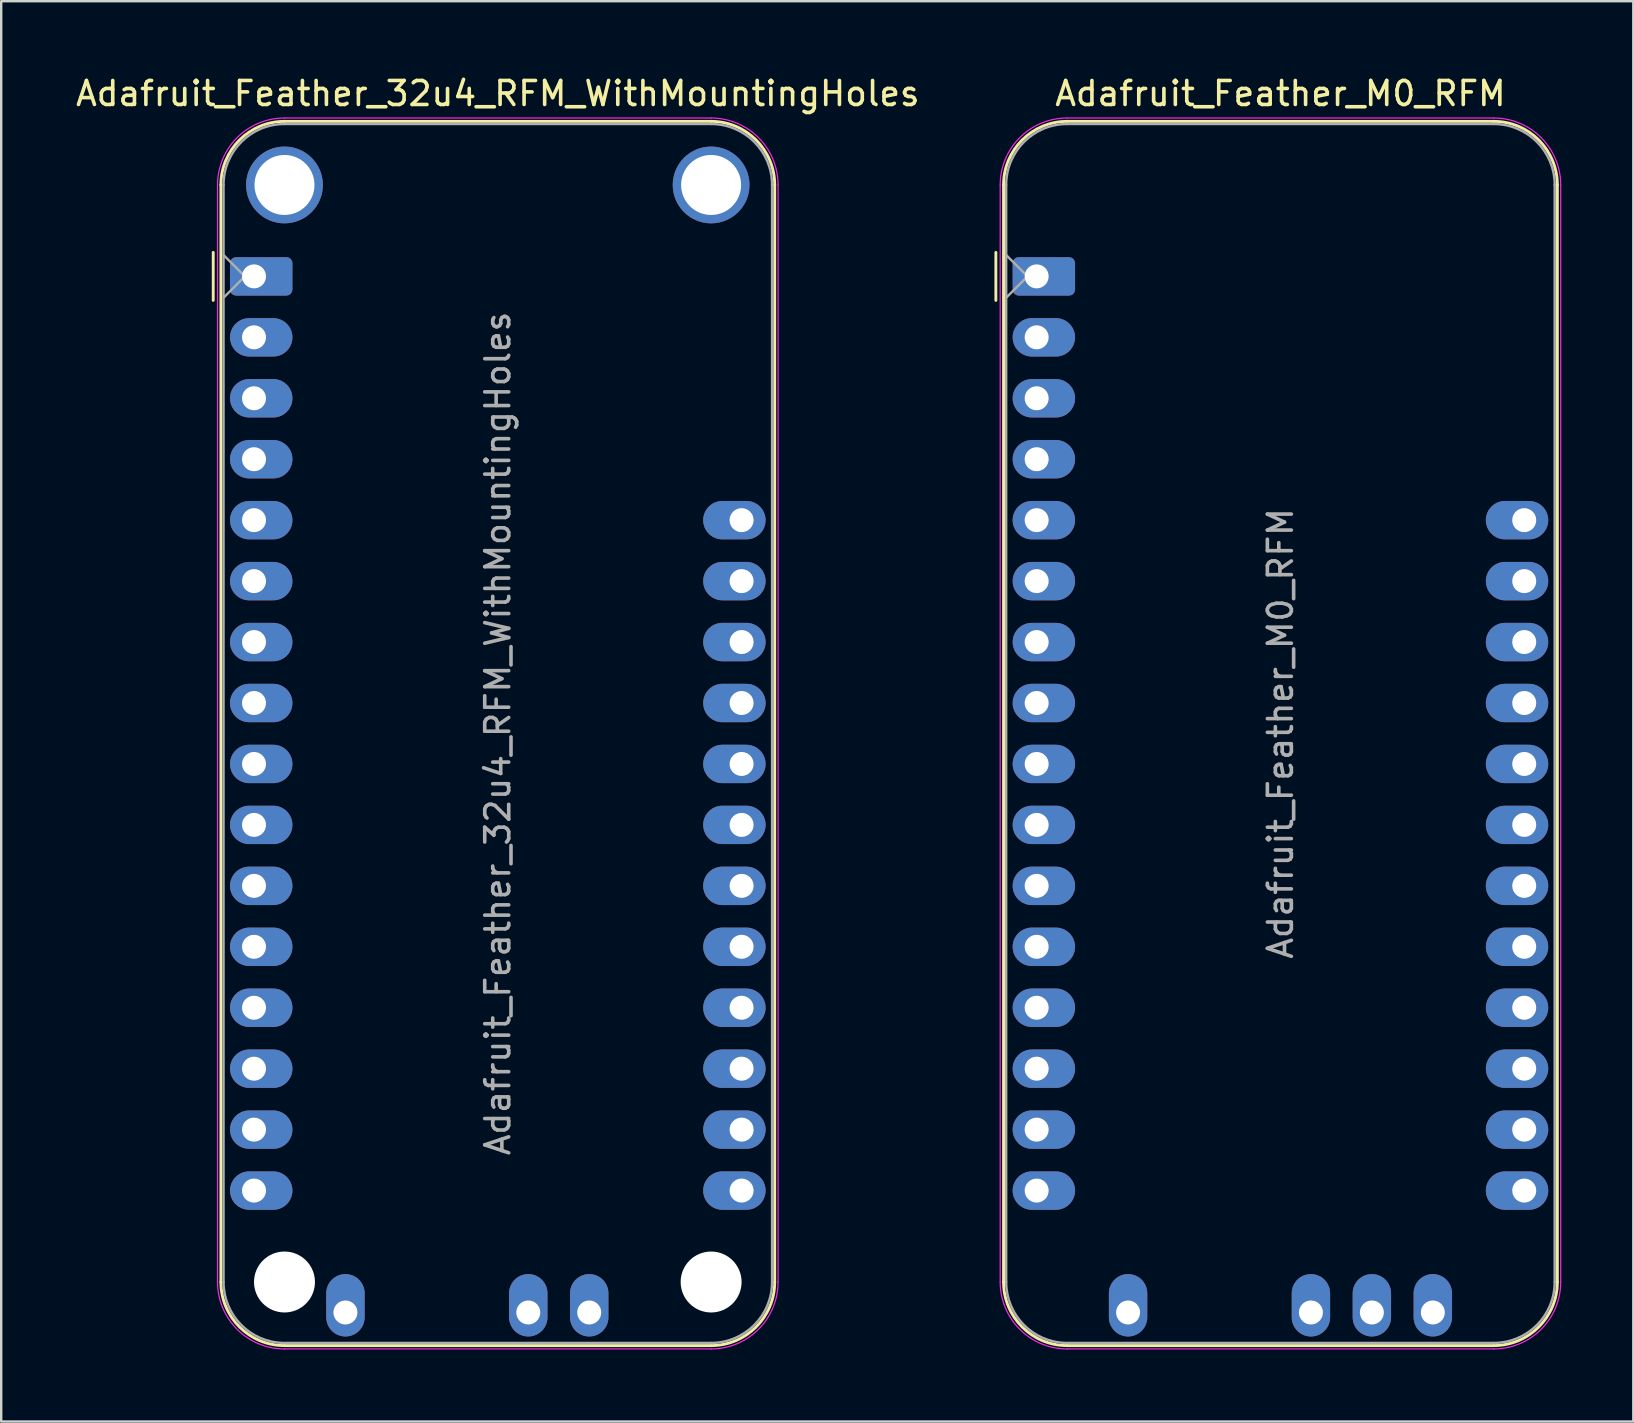
<source format=kicad_pcb>
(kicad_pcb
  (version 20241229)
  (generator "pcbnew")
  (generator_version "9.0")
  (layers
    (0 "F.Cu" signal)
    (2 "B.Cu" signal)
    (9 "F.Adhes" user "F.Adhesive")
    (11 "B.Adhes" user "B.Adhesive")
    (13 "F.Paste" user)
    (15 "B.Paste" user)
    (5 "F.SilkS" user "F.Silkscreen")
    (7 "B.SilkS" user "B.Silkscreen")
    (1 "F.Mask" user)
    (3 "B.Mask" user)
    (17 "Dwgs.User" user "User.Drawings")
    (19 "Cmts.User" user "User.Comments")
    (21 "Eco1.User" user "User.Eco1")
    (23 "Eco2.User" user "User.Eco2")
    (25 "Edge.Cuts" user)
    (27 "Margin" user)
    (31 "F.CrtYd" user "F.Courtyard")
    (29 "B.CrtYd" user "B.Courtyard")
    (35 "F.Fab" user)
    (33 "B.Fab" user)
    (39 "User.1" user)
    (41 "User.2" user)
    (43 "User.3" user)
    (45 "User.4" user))
  (footprint "Adafruit_Feather_M0_RFM"
    (layer "F.Cu")
    (at 40.153 8.468)
    (property "Reference" "Adafruit_Feather_M0_RFM" (at 10.16 -7.62 0) (layer "F.SilkS") (effects (font (size 1 1) (thickness 0.15))))
    (attr through_hole)
    (fp_line (start -1.7 1) (end -1.7 -1) (stroke (width 0.12) (type solid)) (layer "F.SilkS"))
    (fp_line (start -1.38 -3.81) (end -1.38 41.91) (stroke (width 0.12) (type solid)) (layer "F.SilkS"))
    (fp_line (start 19.05 -6.46) (end 1.27 -6.46) (stroke (width 0.12) (type solid)) (layer "F.SilkS"))
    (fp_line (start 19.05 44.56) (end 1.27 44.56) (stroke (width 0.12) (type solid)) (layer "F.SilkS"))
    (fp_line (start 21.7 -3.81) (end 21.7 41.91) (stroke (width 0.12) (type solid)) (layer "F.SilkS"))
    (fp_arc (start -1.38 -3.81) (mid -0.603833 -5.683833) (end 1.27 -6.46) (stroke (width 0.12) (type solid)) (layer "F.SilkS"))
    (fp_arc (start 1.27 44.56) (mid -0.603833 43.783833) (end -1.38 41.91) (stroke (width 0.12) (type solid)) (layer "F.SilkS"))
    (fp_arc (start 19.05 -6.46) (mid 20.923833 -5.683833) (end 21.7 -3.81) (stroke (width 0.12) (type solid)) (layer "F.SilkS"))
    (fp_arc (start 21.7 41.91) (mid 20.923833 43.783833) (end 19.05 44.56) (stroke (width 0.12) (type solid)) (layer "F.SilkS"))
    (fp_line (start -1.52 41.91) (end -1.52 -3.81) (stroke (width 0.05) (type solid)) (layer "F.CrtYd"))
    (fp_line (start 19.05 -6.6) (end 1.27 -6.6) (stroke (width 0.05) (type solid)) (layer "F.CrtYd"))
    (fp_line (start 19.05 44.7) (end 1.27 44.7) (stroke (width 0.05) (type solid)) (layer "F.CrtYd"))
    (fp_line (start 21.84 41.91) (end 21.84 -3.81) (stroke (width 0.05) (type solid)) (layer "F.CrtYd"))
    (fp_arc (start -1.52 -3.81) (mid -0.702828 -5.782828) (end 1.27 -6.6) (stroke (width 0.05) (type solid)) (layer "F.CrtYd"))
    (fp_arc (start 1.27 44.7) (mid -0.702828 43.882828) (end -1.52 41.91) (stroke (width 0.05) (type solid)) (layer "F.CrtYd"))
    (fp_arc (start 19.05 -6.6) (mid 21.022828 -5.782828) (end 21.84 -3.81) (stroke (width 0.05) (type solid)) (layer "F.CrtYd"))
    (fp_arc (start 21.84 41.91) (mid 21.022828 43.882828) (end 19.05 44.7) (stroke (width 0.05) (type solid)) (layer "F.CrtYd"))
    (fp_line (start -1.27 -3.81) (end -1.27 41.91) (stroke (width 0.1) (type solid)) (layer "F.Fab"))
    (fp_line (start -1.27 -0.889) (end -0.381 0) (stroke (width 0.1) (type solid)) (layer "F.Fab"))
    (fp_line (start -0.381 0) (end -1.27 0.889) (stroke (width 0.1) (type solid)) (layer "F.Fab"))
    (fp_line (start 1.27 44.45) (end 19.05 44.45) (stroke (width 0.1) (type solid)) (layer "F.Fab"))
    (fp_line (start 19.05 -6.35) (end 1.27 -6.35) (stroke (width 0.1) (type solid)) (layer "F.Fab"))
    (fp_line (start 21.59 41.91) (end 21.59 -3.81) (stroke (width 0.1) (type solid)) (layer "F.Fab"))
    (fp_arc (start -1.27 -3.81) (mid -0.526051 -5.606051) (end 1.27 -6.35) (stroke (width 0.1) (type solid)) (layer "F.Fab"))
    (fp_arc (start 1.221238 44.449532) (mid -0.543209 43.688728) (end -1.27 41.91) (stroke (width 0.1) (type solid)) (layer "F.Fab"))
    (fp_arc (start 19.05 -6.35) (mid 20.846051 -5.606051) (end 21.59 -3.81) (stroke (width 0.1) (type solid)) (layer "F.Fab"))
    (fp_arc (start 21.59 41.91) (mid 20.846051 43.706051) (end 19.05 44.45) (stroke (width 0.1) (type solid)) (layer "F.Fab"))
    (fp_text user "${REFERENCE}" (at 10.16 19.05 270) (layer "F.Fab") (effects (font (size 1 1) (thickness 0.15))))
    (pad "1" thru_hole roundrect (at 0 0) (size 2.6 1.6) (drill 1 (offset 0.3 0)) (layers "*.Cu" "*.Mask") (roundrect_rratio 0.156))
    (pad "2" thru_hole oval (at 0 2.54) (size 2.6 1.6) (drill 1 (offset 0.3 0)) (layers "*.Cu" "*.Mask"))
    (pad "3" thru_hole oval (at 0 5.08) (size 2.6 1.6) (drill 1 (offset 0.3 0)) (layers "*.Cu" "*.Mask"))
    (pad "4" thru_hole oval (at 0 7.62) (size 2.6 1.6) (drill 1 (offset 0.3 0)) (layers "*.Cu" "*.Mask"))
    (pad "5" thru_hole oval (at 0 10.16) (size 2.6 1.6) (drill 1 (offset 0.3 0)) (layers "*.Cu" "*.Mask"))
    (pad "6" thru_hole oval (at 0 12.7) (size 2.6 1.6) (drill 1 (offset 0.3 0)) (layers "*.Cu" "*.Mask"))
    (pad "7" thru_hole oval (at 0 15.24) (size 2.6 1.6) (drill 1 (offset 0.3 0)) (layers "*.Cu" "*.Mask"))
    (pad "8" thru_hole oval (at 0 17.78) (size 2.6 1.6) (drill 1 (offset 0.3 0)) (layers "*.Cu" "*.Mask"))
    (pad "9" thru_hole oval (at 0 20.32) (size 2.6 1.6) (drill 1 (offset 0.3 0)) (layers "*.Cu" "*.Mask"))
    (pad "10" thru_hole oval (at 0 22.86) (size 2.6 1.6) (drill 1 (offset 0.3 0)) (layers "*.Cu" "*.Mask"))
    (pad "11" thru_hole oval (at 0 25.4) (size 2.6 1.6) (drill 1 (offset 0.3 0)) (layers "*.Cu" "*.Mask"))
    (pad "12" thru_hole oval (at 0 27.94) (size 2.6 1.6) (drill 1 (offset 0.3 0)) (layers "*.Cu" "*.Mask"))
    (pad "13" thru_hole oval (at 0 30.48) (size 2.6 1.6) (drill 1 (offset 0.3 0)) (layers "*.Cu" "*.Mask"))
    (pad "14" thru_hole oval (at 0 33.02) (size 2.6 1.6) (drill 1 (offset 0.3 0)) (layers "*.Cu" "*.Mask"))
    (pad "15" thru_hole oval (at 0 35.56) (size 2.6 1.6) (drill 1 (offset 0.3 0)) (layers "*.Cu" "*.Mask"))
    (pad "16" thru_hole oval (at 0 38.1) (size 2.6 1.6) (drill 1 (offset 0.3 0)) (layers "*.Cu" "*.Mask"))
    (pad "17" thru_hole oval (at 20.32 38.1 180) (size 2.6 1.6) (drill 1 (offset 0.3 0)) (layers "*.Cu" "*.Mask"))
    (pad "18" thru_hole oval (at 20.32 35.56 180) (size 2.6 1.6) (drill 1 (offset 0.3 0)) (layers "*.Cu" "*.Mask"))
    (pad "19" thru_hole oval (at 20.32 33.02 180) (size 2.6 1.6) (drill 1 (offset 0.3 0)) (layers "*.Cu" "*.Mask"))
    (pad "20" thru_hole oval (at 20.32 30.48 180) (size 2.6 1.6) (drill 1 (offset 0.3 0)) (layers "*.Cu" "*.Mask"))
    (pad "21" thru_hole oval (at 20.32 27.94 180) (size 2.6 1.6) (drill 1 (offset 0.3 0)) (layers "*.Cu" "*.Mask"))
    (pad "22" thru_hole oval (at 20.32 25.4 180) (size 2.6 1.6) (drill 1 (offset 0.3 0)) (layers "*.Cu" "*.Mask"))
    (pad "23" thru_hole oval (at 20.32 22.86 180) (size 2.6 1.6) (drill 1 (offset 0.3 0)) (layers "*.Cu" "*.Mask"))
    (pad "24" thru_hole oval (at 20.32 20.32 180) (size 2.6 1.6) (drill 1 (offset 0.3 0)) (layers "*.Cu" "*.Mask"))
    (pad "25" thru_hole oval (at 20.32 17.78 180) (size 2.6 1.6) (drill 1 (offset 0.3 0)) (layers "*.Cu" "*.Mask"))
    (pad "26" thru_hole oval (at 20.32 15.24 180) (size 2.6 1.6) (drill 1 (offset 0.3 0)) (layers "*.Cu" "*.Mask"))
    (pad "27" thru_hole oval (at 20.32 12.7 180) (size 2.6 1.6) (drill 1 (offset 0.3 0)) (layers "*.Cu" "*.Mask"))
    (pad "28" thru_hole oval (at 20.32 10.16 180) (size 2.6 1.6) (drill 1 (offset 0.3 0)) (layers "*.Cu" "*.Mask"))
    (pad "29" thru_hole oval (at 3.81 43.18 90) (size 2.6 1.6) (drill 1 (offset 0.3 0)) (layers "*.Cu" "*.Mask"))
    (pad "30" thru_hole oval (at 11.43 43.18 90) (size 2.6 1.6) (drill 1 (offset 0.3 0)) (layers "*.Cu" "*.Mask"))
    (pad "31" thru_hole oval (at 13.97 43.18 90) (size 2.6 1.6) (drill 1 (offset 0.3 0)) (layers "*.Cu" "*.Mask"))
    (pad "32" thru_hole oval (at 16.51 43.18 90) (size 2.6 1.6) (drill 1 (offset 0.3 0)) (layers "*.Cu" "*.Mask")))
  (footprint "Adafruit_Feather_32u4_RFM_WithMountingHoles"
    (layer "F.Cu")
    (at 7.536 8.468)
    (property "Reference" "Adafruit_Feather_32u4_RFM_WithMountingHoles" (at 10.16 -7.62 0) (layer "F.SilkS") (effects (font (size 1 1) (thickness 0.15))))
    (attr through_hole)
    (fp_line (start -1.7 1) (end -1.7 -1) (stroke (width 0.12) (type solid)) (layer "F.SilkS"))
    (fp_line (start -1.38 -3.81) (end -1.38 41.91) (stroke (width 0.12) (type solid)) (layer "F.SilkS"))
    (fp_line (start 19.05 -6.46) (end 1.27 -6.46) (stroke (width 0.12) (type solid)) (layer "F.SilkS"))
    (fp_line (start 19.05 44.56) (end 1.27 44.56) (stroke (width 0.12) (type solid)) (layer "F.SilkS"))
    (fp_line (start 21.7 -3.81) (end 21.7 41.91) (stroke (width 0.12) (type solid)) (layer "F.SilkS"))
    (fp_arc (start -1.38 -3.81) (mid -0.603833 -5.683833) (end 1.27 -6.46) (stroke (width 0.12) (type solid)) (layer "F.SilkS"))
    (fp_arc (start 1.27 44.56) (mid -0.603833 43.783833) (end -1.38 41.91) (stroke (width 0.12) (type solid)) (layer "F.SilkS"))
    (fp_arc (start 19.05 -6.46) (mid 20.923833 -5.683833) (end 21.7 -3.81) (stroke (width 0.12) (type solid)) (layer "F.SilkS"))
    (fp_arc (start 21.7 41.91) (mid 20.923833 43.783833) (end 19.05 44.56) (stroke (width 0.12) (type solid)) (layer "F.SilkS"))
    (fp_line (start -1.52 41.91) (end -1.52 -3.81) (stroke (width 0.05) (type solid)) (layer "F.CrtYd"))
    (fp_line (start 19.05 -6.6) (end 1.27 -6.6) (stroke (width 0.05) (type solid)) (layer "F.CrtYd"))
    (fp_line (start 19.05 44.7) (end 1.27 44.7) (stroke (width 0.05) (type solid)) (layer "F.CrtYd"))
    (fp_line (start 21.84 41.91) (end 21.84 -3.81) (stroke (width 0.05) (type solid)) (layer "F.CrtYd"))
    (fp_arc (start -1.52 -3.81) (mid -0.702828 -5.782828) (end 1.27 -6.6) (stroke (width 0.05) (type solid)) (layer "F.CrtYd"))
    (fp_arc (start 1.27 44.7) (mid -0.702828 43.882828) (end -1.52 41.91) (stroke (width 0.05) (type solid)) (layer "F.CrtYd"))
    (fp_arc (start 19.05 -6.6) (mid 21.022828 -5.782828) (end 21.84 -3.81) (stroke (width 0.05) (type solid)) (layer "F.CrtYd"))
    (fp_arc (start 21.84 41.91) (mid 21.022828 43.882828) (end 19.05 44.7) (stroke (width 0.05) (type solid)) (layer "F.CrtYd"))
    (fp_line (start -1.27 -3.81) (end -1.27 41.91) (stroke (width 0.1) (type solid)) (layer "F.Fab"))
    (fp_line (start -1.27 -0.889) (end -0.381 0) (stroke (width 0.1) (type solid)) (layer "F.Fab"))
    (fp_line (start -0.381 0) (end -1.27 0.889) (stroke (width 0.1) (type solid)) (layer "F.Fab"))
    (fp_line (start 1.27 44.45) (end 19.05 44.45) (stroke (width 0.1) (type solid)) (layer "F.Fab"))
    (fp_line (start 19.05 -6.35) (end 1.27 -6.35) (stroke (width 0.1) (type solid)) (layer "F.Fab"))
    (fp_line (start 21.59 41.91) (end 21.59 -3.81) (stroke (width 0.1) (type solid)) (layer "F.Fab"))
    (fp_arc (start -1.27 -3.81) (mid -0.526051 -5.606051) (end 1.27 -6.35) (stroke (width 0.1) (type solid)) (layer "F.Fab"))
    (fp_arc (start 1.221238 44.449532) (mid -0.543209 43.688728) (end -1.27 41.91) (stroke (width 0.1) (type solid)) (layer "F.Fab"))
    (fp_arc (start 19.05 -6.35) (mid 20.846051 -5.606051) (end 21.59 -3.81) (stroke (width 0.1) (type solid)) (layer "F.Fab"))
    (fp_arc (start 21.59 41.91) (mid 20.846051 43.706051) (end 19.05 44.45) (stroke (width 0.1) (type solid)) (layer "F.Fab"))
    (fp_text user "${REFERENCE}" (at 10.16 19.05 270) (layer "F.Fab") (effects (font (size 1 1) (thickness 0.15))))
    (pad "" np_thru_hole circle (at 1.27 -3.81 270) (size 3.2 3.2) (drill 2.5) (layers "*.Cu" "*.Mask"))
    (pad "" np_thru_hole circle (at 1.27 41.91 270) (size 2.54 2.54) (drill 2.54) (layers "*.Cu" "*.Mask"))
    (pad "" np_thru_hole circle (at 19.05 -3.81 270) (size 3.2 3.2) (drill 2.5) (layers "*.Cu" "*.Mask"))
    (pad "" np_thru_hole circle (at 19.05 41.91 270) (size 2.54 2.54) (drill 2.54) (layers "*.Cu" "*.Mask"))
    (pad "1" thru_hole roundrect (at 0 0) (size 2.6 1.6) (drill 1 (offset 0.3 0)) (layers "*.Cu" "*.Mask") (roundrect_rratio 0.156))
    (pad "2" thru_hole oval (at 0 2.54) (size 2.6 1.6) (drill 1 (offset 0.3 0)) (layers "*.Cu" "*.Mask"))
    (pad "3" thru_hole oval (at 0 5.08) (size 2.6 1.6) (drill 1 (offset 0.3 0)) (layers "*.Cu" "*.Mask"))
    (pad "4" thru_hole oval (at 0 7.62) (size 2.6 1.6) (drill 1 (offset 0.3 0)) (layers "*.Cu" "*.Mask"))
    (pad "5" thru_hole oval (at 0 10.16) (size 2.6 1.6) (drill 1 (offset 0.3 0)) (layers "*.Cu" "*.Mask"))
    (pad "6" thru_hole oval (at 0 12.7) (size 2.6 1.6) (drill 1 (offset 0.3 0)) (layers "*.Cu" "*.Mask"))
    (pad "7" thru_hole oval (at 0 15.24) (size 2.6 1.6) (drill 1 (offset 0.3 0)) (layers "*.Cu" "*.Mask"))
    (pad "8" thru_hole oval (at 0 17.78) (size 2.6 1.6) (drill 1 (offset 0.3 0)) (layers "*.Cu" "*.Mask"))
    (pad "9" thru_hole oval (at 0 20.32) (size 2.6 1.6) (drill 1 (offset 0.3 0)) (layers "*.Cu" "*.Mask"))
    (pad "10" thru_hole oval (at 0 22.86) (size 2.6 1.6) (drill 1 (offset 0.3 0)) (layers "*.Cu" "*.Mask"))
    (pad "11" thru_hole oval (at 0 25.4) (size 2.6 1.6) (drill 1 (offset 0.3 0)) (layers "*.Cu" "*.Mask"))
    (pad "12" thru_hole oval (at 0 27.94) (size 2.6 1.6) (drill 1 (offset 0.3 0)) (layers "*.Cu" "*.Mask"))
    (pad "13" thru_hole oval (at 0 30.48) (size 2.6 1.6) (drill 1 (offset 0.3 0)) (layers "*.Cu" "*.Mask"))
    (pad "14" thru_hole oval (at 0 33.02) (size 2.6 1.6) (drill 1 (offset 0.3 0)) (layers "*.Cu" "*.Mask"))
    (pad "15" thru_hole oval (at 0 35.56) (size 2.6 1.6) (drill 1 (offset 0.3 0)) (layers "*.Cu" "*.Mask"))
    (pad "16" thru_hole oval (at 0 38.1) (size 2.6 1.6) (drill 1 (offset 0.3 0)) (layers "*.Cu" "*.Mask"))
    (pad "17" thru_hole oval (at 20.32 38.1 180) (size 2.6 1.6) (drill 1 (offset 0.3 0)) (layers "*.Cu" "*.Mask"))
    (pad "18" thru_hole oval (at 20.32 35.56 180) (size 2.6 1.6) (drill 1 (offset 0.3 0)) (layers "*.Cu" "*.Mask"))
    (pad "19" thru_hole oval (at 20.32 33.02 180) (size 2.6 1.6) (drill 1 (offset 0.3 0)) (layers "*.Cu" "*.Mask"))
    (pad "20" thru_hole oval (at 20.32 30.48 180) (size 2.6 1.6) (drill 1 (offset 0.3 0)) (layers "*.Cu" "*.Mask"))
    (pad "21" thru_hole oval (at 20.32 27.94 180) (size 2.6 1.6) (drill 1 (offset 0.3 0)) (layers "*.Cu" "*.Mask"))
    (pad "22" thru_hole oval (at 20.32 25.4 180) (size 2.6 1.6) (drill 1 (offset 0.3 0)) (layers "*.Cu" "*.Mask"))
    (pad "23" thru_hole oval (at 20.32 22.86 180) (size 2.6 1.6) (drill 1 (offset 0.3 0)) (layers "*.Cu" "*.Mask"))
    (pad "24" thru_hole oval (at 20.32 20.32 180) (size 2.6 1.6) (drill 1 (offset 0.3 0)) (layers "*.Cu" "*.Mask"))
    (pad "25" thru_hole oval (at 20.32 17.78 180) (size 2.6 1.6) (drill 1 (offset 0.3 0)) (layers "*.Cu" "*.Mask"))
    (pad "26" thru_hole oval (at 20.32 15.24 180) (size 2.6 1.6) (drill 1 (offset 0.3 0)) (layers "*.Cu" "*.Mask"))
    (pad "27" thru_hole oval (at 20.32 12.7 180) (size 2.6 1.6) (drill 1 (offset 0.3 0)) (layers "*.Cu" "*.Mask"))
    (pad "28" thru_hole oval (at 20.32 10.16 180) (size 2.6 1.6) (drill 1 (offset 0.3 0)) (layers "*.Cu" "*.Mask"))
    (pad "29" thru_hole oval (at 3.81 43.18 90) (size 2.6 1.6) (drill 1 (offset 0.3 0)) (layers "*.Cu" "*.Mask"))
    (pad "30" thru_hole oval (at 11.43 43.18 90) (size 2.6 1.6) (drill 1 (offset 0.3 0)) (layers "*.Cu" "*.Mask"))
    (pad "31" thru_hole oval (at 13.97 43.18 90) (size 2.6 1.6) (drill 1 (offset 0.3 0)) (layers "*.Cu" "*.Mask")))
  (gr_rect
    (start -3 -3)
    (end 65.018 56.193)
    (stroke (width 0.1) (type default))
    (fill no)
    (layer "Edge.Cuts")))
</source>
